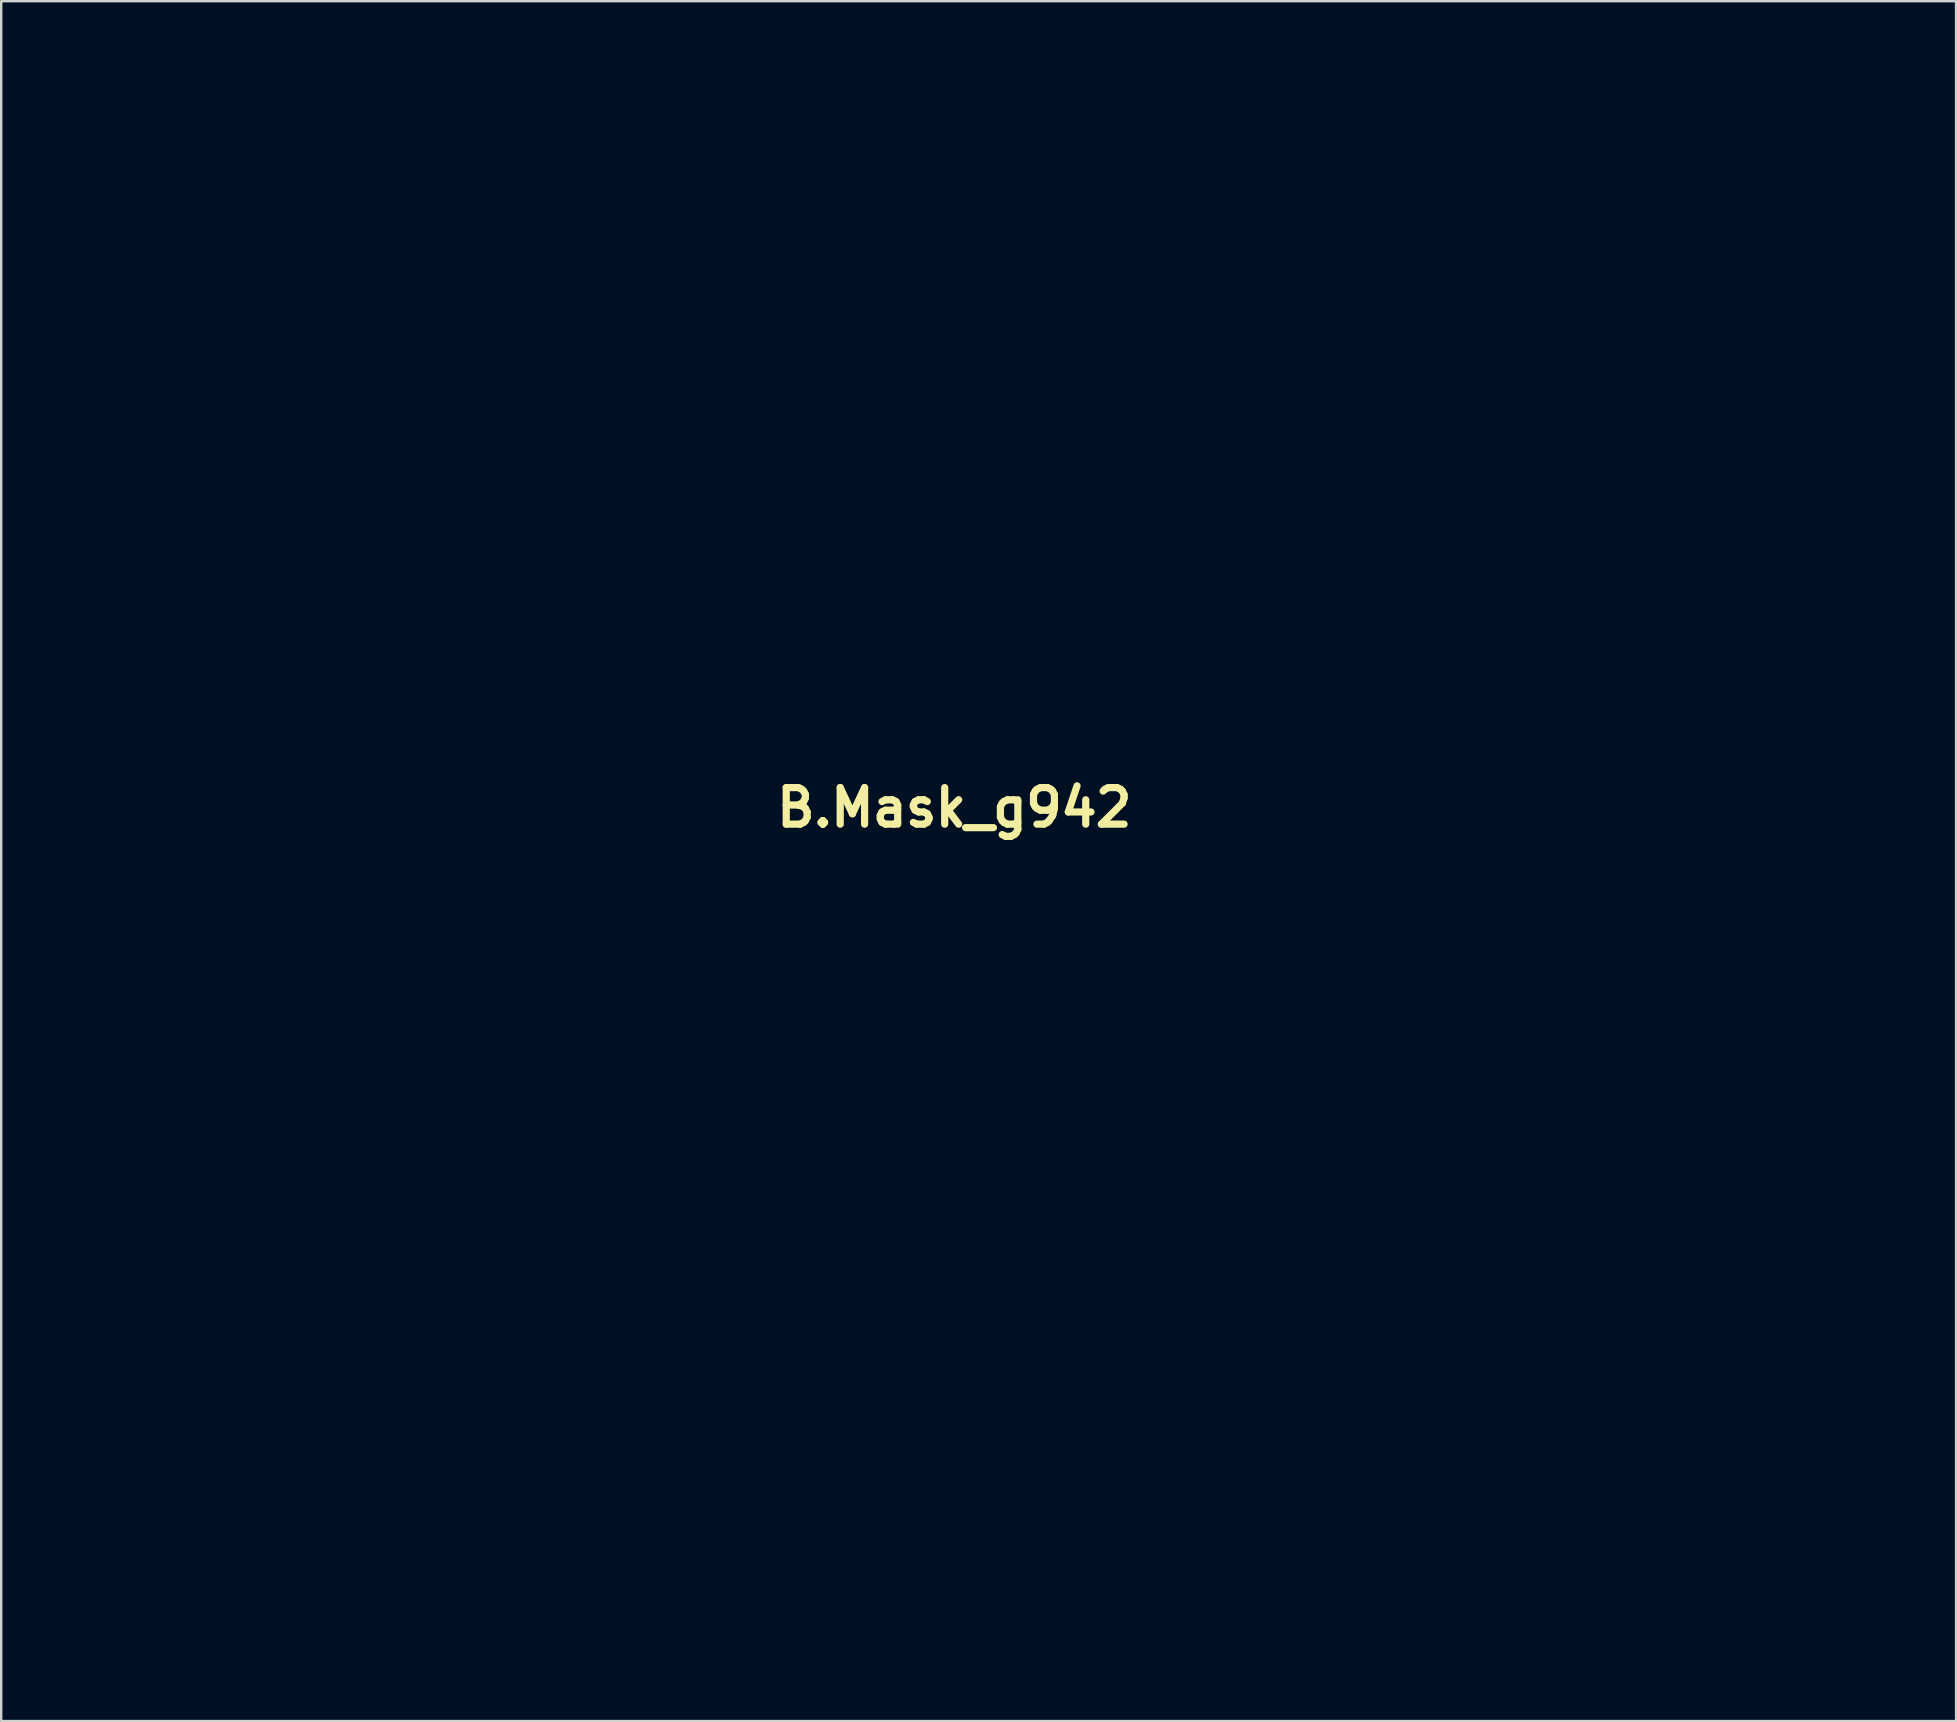
<source format=kicad_pcb>
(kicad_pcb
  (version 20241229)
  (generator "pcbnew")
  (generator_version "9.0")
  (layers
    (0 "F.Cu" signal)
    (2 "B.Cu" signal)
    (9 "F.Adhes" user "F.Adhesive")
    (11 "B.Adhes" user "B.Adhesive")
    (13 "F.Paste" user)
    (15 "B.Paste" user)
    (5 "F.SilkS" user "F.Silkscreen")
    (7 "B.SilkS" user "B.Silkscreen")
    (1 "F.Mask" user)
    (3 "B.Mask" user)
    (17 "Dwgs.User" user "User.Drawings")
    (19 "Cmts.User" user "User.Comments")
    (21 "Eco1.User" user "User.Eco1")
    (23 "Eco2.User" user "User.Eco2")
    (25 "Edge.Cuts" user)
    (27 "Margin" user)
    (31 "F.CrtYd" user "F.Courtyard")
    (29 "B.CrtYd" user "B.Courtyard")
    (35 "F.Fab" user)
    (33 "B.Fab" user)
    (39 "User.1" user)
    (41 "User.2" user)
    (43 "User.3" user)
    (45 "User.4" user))
  (footprint "B.Mask_g942"
    (layer "F.Cu")
    (at 36.72 30.608)
    (property "Reference" "B.Mask_g942" (at 0 0 0) (layer "F.SilkS") (effects (font (size 1.524 1.524) (thickness 0.3))))
    (attr through_hole)
    (fp_poly (pts (xy -30.703 -30.594) (xy -30.135 -30.571) (xy -29.59 -30.536) (xy -29.073 -30.488) (xy -28.587 -30.428) (xy -28.183 -30.363) (xy -27.871 -30.303) (xy -27.523 -30.225) (xy -27.142 -30.131) (xy -26.733 -30.023) (xy -26.298 -29.901) (xy -25.839 -29.766) (xy -25.361 -29.619) (xy -24.866 -29.461) (xy -24.358 -29.293) (xy -23.839 -29.116) (xy -23.312 -28.932) (xy -22.781 -28.74) (xy -22.249 -28.542) (xy -21.718 -28.34) (xy -21.193 -28.133) (xy -21.145 -28.114) (xy -21.041 -28.072) (xy -20.91 -28.018) (xy -20.755 -27.954) (xy -20.581 -27.882) (xy -20.392 -27.802) (xy -20.189 -27.717) (xy -19.978 -27.629) (xy -19.762 -27.537) (xy -19.544 -27.445) (xy -19.328 -27.353) (xy -19.117 -27.264) (xy -18.916 -27.177) (xy -18.727 -27.097) (xy -18.554 -27.022) (xy -18.4 -26.956) (xy -18.27 -26.9) (xy -18.167 -26.854) (xy -18.095 -26.822) (xy -18.056 -26.803) (xy -18.051 -26.8) (xy -18.064 -26.785) (xy -18.108 -26.745) (xy -18.18 -26.684) (xy -18.277 -26.603) (xy -18.397 -26.505) (xy -18.537 -26.39) (xy -18.694 -26.263) (xy -18.865 -26.125) (xy -19.049 -25.978) (xy -19.158 -25.89) (xy -20.281 -24.995) (xy -20.475 -25.08) (xy -20.62 -25.141) (xy -20.8 -25.215) (xy -21.012 -25.299) (xy -21.25 -25.393) (xy -21.511 -25.494) (xy -21.791 -25.6) (xy -22.085 -25.711) (xy -22.388 -25.824) (xy -22.696 -25.938) (xy -23.006 -26.052) (xy -23.312 -26.163) (xy -23.61 -26.271) (xy -23.897 -26.373) (xy -24.167 -26.467) (xy -24.417 -26.553) (xy -24.572 -26.606) (xy -24.892 -26.708) (xy -25.2 -26.798) (xy -25.505 -26.875) (xy -25.813 -26.942) (xy -26.132 -26.999) (xy -26.468 -27.049) (xy -26.829 -27.091) (xy -27.222 -27.129) (xy -27.411 -27.145) (xy -27.691 -27.165) (xy -27.974 -27.182) (xy -28.257 -27.195) (xy -28.534 -27.206) (xy -28.802 -27.212) (xy -29.056 -27.216) (xy -29.293 -27.216) (xy -29.506 -27.212) (xy -29.693 -27.205) (xy -29.848 -27.194) (xy -29.968 -27.179) (xy -30.014 -27.17) (xy -30.227 -27.109) (xy -30.453 -27.023) (xy -30.68 -26.919) (xy -30.892 -26.803) (xy -31.077 -26.681) (xy -31.084 -26.676) (xy -31.318 -26.476) (xy -31.522 -26.248) (xy -31.695 -25.991) (xy -31.839 -25.704) (xy -31.952 -25.389) (xy -32.036 -25.043) (xy -32.09 -24.67) (xy -32.101 -24.518) (xy -32.105 -24.337) (xy -32.105 -24.135) (xy -32.1 -23.925) (xy -32.089 -23.719) (xy -32.075 -23.526) (xy -32.057 -23.368) (xy -31.977 -22.887) (xy -31.864 -22.382) (xy -31.72 -21.857) (xy -31.545 -21.314) (xy -31.34 -20.755) (xy -31.107 -20.184) (xy -30.846 -19.602) (xy -30.558 -19.012) (xy -30.243 -18.417) (xy -30.235 -18.402) (xy -30.092 -18.143) (xy -29.938 -17.872) (xy -29.777 -17.59) (xy -29.61 -17.303) (xy -29.439 -17.013) (xy -29.267 -16.724) (xy -29.096 -16.439) (xy -28.927 -16.162) (xy -28.764 -15.896) (xy -28.607 -15.645) (xy -28.459 -15.412) (xy -28.323 -15.201) (xy -28.2 -15.015) (xy -28.092 -14.857) (xy -28.002 -14.732) (xy -27.97 -14.69) (xy -27.887 -14.557) (xy -27.845 -14.436) (xy -27.828 -14.378) (xy -27.806 -14.325) (xy -27.774 -14.269) (xy -27.728 -14.202) (xy -27.662 -14.117) (xy -27.603 -14.044) (xy -27.537 -13.961) (xy -27.45 -13.851) (xy -27.348 -13.721) (xy -27.238 -13.578) (xy -27.123 -13.429) (xy -27.01 -13.281) (xy -26.989 -13.253) (xy -26.664 -12.827) (xy -26.328 -12.391) (xy -25.985 -11.948) (xy -25.636 -11.5) (xy -25.283 -11.051) (xy -24.928 -10.602) (xy -24.574 -10.156) (xy -24.223 -9.717) (xy -23.876 -9.286) (xy -23.537 -8.866) (xy -23.206 -8.46) (xy -22.887 -8.071) (xy -22.58 -7.701) (xy -22.29 -7.353) (xy -22.016 -7.029) (xy -21.763 -6.733) (xy -21.531 -6.466) (xy -21.401 -6.318) (xy -21.23 -6.126) (xy -21.045 -5.92) (xy -20.848 -5.701) (xy -20.644 -5.474) (xy -20.436 -5.243) (xy -20.226 -5.012) (xy -20.018 -4.782) (xy -19.815 -4.56) (xy -19.621 -4.347) (xy -19.438 -4.147) (xy -19.271 -3.965) (xy -19.122 -3.803) (xy -18.994 -3.665) (xy -18.891 -3.556) (xy -18.886 -3.55) (xy -18.173 -2.804) (xy -17.428 -2.036) (xy -16.656 -1.251) (xy -15.859 -0.452) (xy -15.04 0.359) (xy -14.203 1.178) (xy -13.351 2.001) (xy -12.519 2.795) (xy -12.398 2.911) (xy -12.25 3.051) (xy -12.081 3.211) (xy -11.895 3.388) (xy -11.697 3.576) (xy -11.491 3.772) (xy -11.282 3.97) (xy -11.075 4.167) (xy -10.874 4.358) (xy -10.848 4.383) (xy -10.65 4.57) (xy -10.446 4.762) (xy -10.242 4.955) (xy -10.04 5.143) (xy -9.847 5.324) (xy -9.665 5.493) (xy -9.5 5.645) (xy -9.356 5.778) (xy -9.237 5.886) (xy -9.218 5.903) (xy -9.071 6.036) (xy -8.918 6.175) (xy -8.766 6.313) (xy -8.622 6.445) (xy -8.493 6.564) (xy -8.386 6.664) (xy -8.35 6.697) (xy -8.085 6.945) (xy -7.797 7.21) (xy -7.486 7.492) (xy -7.15 7.793) (xy -6.787 8.114) (xy -6.395 8.458) (xy -5.974 8.824) (xy -5.522 9.215) (xy -5.408 9.314) (xy -5.348 9.365) (xy -5.26 9.442) (xy -5.148 9.54) (xy -5.015 9.655) (xy -4.866 9.785) (xy -4.704 9.927) (xy -4.534 10.076) (xy -4.358 10.23) (xy -4.255 10.32) (xy -3.334 11.127) (xy 2.148 15.167) (xy 2.587 15.49) (xy 3.021 15.81) (xy 3.45 16.126) (xy 3.87 16.435) (xy 4.281 16.739) (xy 4.682 17.034) (xy 5.071 17.32) (xy 5.445 17.596) (xy 5.805 17.861) (xy 6.148 18.114) (xy 6.473 18.354) (xy 6.778 18.578) (xy 7.062 18.788) (xy 7.323 18.98) (xy 7.56 19.155) (xy 7.771 19.31) (xy 7.955 19.446) (xy 8.11 19.56) (xy 8.235 19.652) (xy 8.329 19.721) (xy 8.364 19.748) (xy 8.483 19.835) (xy 8.633 19.945) (xy 8.809 20.075) (xy 9.01 20.223) (xy 9.231 20.386) (xy 9.47 20.562) (xy 9.722 20.748) (xy 9.985 20.942) (xy 10.255 21.141) (xy 10.529 21.342) (xy 10.803 21.544) (xy 11.033 21.714) (xy 12.968 23.139) (xy 14.638 24.086) (xy 14.935 24.254) (xy 15.26 24.438) (xy 15.605 24.633) (xy 15.962 24.835) (xy 16.325 25.041) (xy 16.686 25.246) (xy 17.039 25.445) (xy 17.374 25.635) (xy 17.687 25.812) (xy 17.918 25.943) (xy 18.21 26.108) (xy 18.52 26.281) (xy 18.842 26.46) (xy 19.169 26.641) (xy 19.494 26.819) (xy 19.812 26.993) (xy 20.116 27.158) (xy 20.399 27.311) (xy 20.656 27.448) (xy 20.79 27.518) (xy 21.056 27.659) (xy 21.286 27.781) (xy 21.483 27.886) (xy 21.646 27.974) (xy 21.78 28.048) (xy 21.885 28.107) (xy 21.963 28.153) (xy 22.016 28.187) (xy 22.046 28.209) (xy 22.055 28.221) (xy 22.075 28.256) (xy 22.132 28.304) (xy 22.224 28.366) (xy 22.347 28.439) (xy 22.501 28.523) (xy 22.682 28.617) (xy 22.888 28.72) (xy 23.117 28.83) (xy 23.366 28.947) (xy 23.632 29.069) (xy 23.913 29.196) (xy 24.208 29.325) (xy 24.512 29.457) (xy 24.825 29.59) (xy 25.143 29.723) (xy 25.464 29.855) (xy 25.786 29.985) (xy 26.106 30.111) (xy 26.422 30.233) (xy 26.731 30.35) (xy 27.031 30.46) (xy 27.252 30.539) (xy 27.925 30.768) (xy 28.566 30.97) (xy 29.178 31.145) (xy 29.76 31.293) (xy 30.314 31.415) (xy 30.842 31.51) (xy 31.344 31.58) (xy 31.821 31.623) (xy 32.275 31.64) (xy 32.706 31.632) (xy 33.116 31.598) (xy 33.506 31.539) (xy 33.674 31.504) (xy 34.045 31.404) (xy 34.384 31.275) (xy 34.692 31.12) (xy 34.967 30.936) (xy 35.21 30.725) (xy 35.421 30.487) (xy 35.599 30.221) (xy 35.745 29.928) (xy 35.859 29.608) (xy 35.94 29.261) (xy 35.989 28.887) (xy 36.005 28.493) (xy 35.989 28.095) (xy 35.941 27.671) (xy 35.864 27.222) (xy 35.755 26.751) (xy 35.618 26.258) (xy 35.451 25.747) (xy 35.255 25.219) (xy 35.032 24.674) (xy 34.781 24.116) (xy 34.503 23.546) (xy 34.318 23.188) (xy 34.162 22.896) (xy 33.997 22.594) (xy 33.824 22.284) (xy 33.646 21.97) (xy 33.463 21.654) (xy 33.279 21.338) (xy 33.094 21.026) (xy 32.91 20.72) (xy 32.728 20.423) (xy 32.552 20.139) (xy 32.381 19.868) (xy 32.219 19.615) (xy 32.066 19.382) (xy 31.924 19.172) (xy 31.795 18.988) (xy 31.681 18.832) (xy 31.584 18.707) (xy 31.505 18.616) (xy 31.491 18.602) (xy 31.447 18.553) (xy 31.428 18.513) (xy 31.428 18.465) (xy 31.431 18.445) (xy 31.444 18.409) (xy 31.477 18.342) (xy 31.526 18.25) (xy 31.59 18.136) (xy 31.666 18.003) (xy 31.752 17.856) (xy 31.845 17.698) (xy 31.944 17.534) (xy 32.045 17.366) (xy 32.147 17.2) (xy 32.247 17.038) (xy 32.342 16.886) (xy 32.431 16.745) (xy 32.511 16.621) (xy 32.579 16.518) (xy 32.634 16.439) (xy 32.673 16.387) (xy 32.693 16.368) (xy 32.695 16.368) (xy 32.715 16.395) (xy 32.756 16.453) (xy 32.816 16.54) (xy 32.891 16.651) (xy 32.98 16.784) (xy 33.081 16.934) (xy 33.191 17.099) (xy 33.307 17.274) (xy 33.428 17.456) (xy 33.551 17.641) (xy 33.673 17.826) (xy 33.792 18.008) (xy 33.907 18.182) (xy 34.014 18.346) (xy 34.111 18.495) (xy 34.196 18.627) (xy 34.267 18.737) (xy 34.321 18.822) (xy 34.324 18.828) (xy 34.854 19.697) (xy 35.354 20.559) (xy 35.824 21.411) (xy 36.263 22.252) (xy 36.671 23.08) (xy 37.046 23.893) (xy 37.387 24.689) (xy 37.695 25.467) (xy 37.967 26.225) (xy 37.993 26.303) (xy 38.172 26.859) (xy 38.326 27.389) (xy 38.457 27.898) (xy 38.565 28.392) (xy 38.653 28.877) (xy 38.707 29.242) (xy 38.724 29.403) (xy 38.736 29.593) (xy 38.744 29.805) (xy 38.747 30.028) (xy 38.745 30.254) (xy 38.74 30.473) (xy 38.73 30.677) (xy 38.715 30.855) (xy 38.699 30.988) (xy 38.617 31.43) (xy 38.515 31.838) (xy 38.391 32.217) (xy 38.244 32.571) (xy 38.072 32.904) (xy 37.873 33.221) (xy 37.831 33.281) (xy 37.732 33.408) (xy 37.608 33.55) (xy 37.466 33.699) (xy 37.315 33.846) (xy 37.163 33.984) (xy 37.018 34.105) (xy 36.89 34.199) (xy 36.885 34.203) (xy 36.545 34.407) (xy 36.196 34.574) (xy 35.843 34.702) (xy 35.693 34.743) (xy 35.489 34.79) (xy 35.246 34.835) (xy 34.968 34.879) (xy 34.658 34.921) (xy 34.319 34.961) (xy 33.956 34.998) (xy 33.697 35.021) (xy 33.573 35.03) (xy 33.422 35.038) (xy 33.25 35.045) (xy 33.062 35.051) (xy 32.865 35.057) (xy 32.664 35.061) (xy 32.467 35.063) (xy 32.278 35.065) (xy 32.104 35.065) (xy 31.951 35.063) (xy 31.825 35.06) (xy 31.732 35.055) (xy 31.697 35.052) (xy 31.584 35.035) (xy 31.435 35.009) (xy 31.255 34.975) (xy 31.048 34.935) (xy 30.82 34.888) (xy 30.575 34.837) (xy 30.319 34.783) (xy 30.056 34.725) (xy 29.792 34.666) (xy 29.531 34.607) (xy 29.278 34.548) (xy 29.038 34.491) (xy 28.821 34.437) (xy 28.193 34.275) (xy 27.585 34.109) (xy 26.991 33.937) (xy 26.407 33.757) (xy 25.827 33.568) (xy 25.246 33.368) (xy 24.66 33.155) (xy 24.063 32.927) (xy 23.451 32.682) (xy 22.817 32.42) (xy 22.158 32.137) (xy 21.579 31.882) (xy 21.145 31.688) (xy 20.748 31.511) (xy 20.386 31.349) (xy 20.057 31.203) (xy 19.761 31.07) (xy 19.494 30.951) (xy 19.256 30.844) (xy 19.044 30.749) (xy 18.857 30.665) (xy 18.693 30.591) (xy 18.551 30.527) (xy 18.429 30.471) (xy 18.324 30.422) (xy 18.236 30.381) (xy 18.163 30.346) (xy 18.102 30.316) (xy 18.053 30.291) (xy 18.012 30.27) (xy 17.98 30.252) (xy 17.953 30.236) (xy 17.931 30.222) (xy 17.914 30.211) (xy 17.876 30.187) (xy 17.803 30.144) (xy 17.699 30.084) (xy 17.565 30.008) (xy 17.404 29.918) (xy 17.22 29.816) (xy 17.015 29.701) (xy 16.791 29.578) (xy 16.551 29.445) (xy 16.298 29.306) (xy 16.035 29.162) (xy 15.81 29.039) (xy 15.509 28.874) (xy 15.238 28.726) (xy 14.994 28.592) (xy 14.771 28.47) (xy 14.568 28.357) (xy 14.381 28.253) (xy 14.205 28.154) (xy 14.037 28.058) (xy 13.874 27.964) (xy 13.712 27.869) (xy 13.547 27.77) (xy 13.376 27.667) (xy 13.194 27.557) (xy 13 27.438) (xy 12.788 27.307) (xy 12.556 27.162) (xy 12.3 27.002) (xy 12.015 26.825) (xy 11.699 26.627) (xy 11.626 26.581) (xy 11.567 26.544) (xy 11.509 26.508) (xy 11.453 26.473) (xy 11.397 26.437) (xy 11.34 26.4) (xy 11.28 26.362) (xy 11.218 26.321) (xy 11.152 26.277) (xy 11.082 26.23) (xy 11.005 26.178) (xy 10.922 26.121) (xy 10.831 26.058) (xy 10.732 25.989) (xy 10.623 25.912) (xy 10.503 25.828) (xy 10.373 25.736) (xy 10.229 25.634) (xy 10.072 25.522) (xy 9.901 25.4) (xy 9.715 25.267) (xy 9.513 25.122) (xy 9.293 24.964) (xy 9.055 24.793) (xy 8.798 24.608) (xy 8.521 24.408) (xy 8.223 24.193) (xy 7.903 23.963) (xy 7.56 23.715) (xy 7.194 23.45) (xy 6.802 23.167) (xy 6.385 22.866) (xy 5.941 22.545) (xy 5.47 22.204) (xy 4.97 21.842) (xy 4.44 21.459) (xy 3.88 21.053) (xy 3.288 20.625) (xy 2.664 20.173) (xy 2.027 19.712) (xy -6.784 13.336) (xy -8.087 12.177) (xy -8.277 12.007) (xy -8.494 11.813) (xy -8.736 11.597) (xy -8.997 11.363) (xy -9.275 11.114) (xy -9.565 10.853) (xy -9.864 10.585) (xy -10.168 10.312) (xy -10.472 10.038) (xy -10.774 9.766) (xy -11.069 9.5) (xy -11.354 9.243) (xy -11.431 9.173) (xy -13.473 7.33) (xy -15.813 5.025) (xy -16.134 4.708) (xy -16.427 4.419) (xy -16.695 4.155) (xy -16.939 3.913) (xy -17.163 3.692) (xy -17.368 3.488) (xy -17.556 3.3) (xy -17.731 3.125) (xy -17.894 2.96) (xy -18.048 2.804) (xy -18.195 2.655) (xy -18.337 2.508) (xy -18.477 2.363) (xy -18.617 2.217) (xy -18.76 2.068) (xy -18.907 1.913) (xy -19.061 1.749) (xy -19.224 1.575) (xy -19.399 1.389) (xy -19.441 1.344) (xy -19.795 0.964) (xy -20.171 0.556) (xy -20.568 0.123) (xy -20.981 -0.332) (xy -21.406 -0.803) (xy -21.84 -1.288) (xy -22.281 -1.781) (xy -22.723 -2.28) (xy -23.163 -2.779) (xy -23.599 -3.276) (xy -24.026 -3.767) (xy -24.44 -4.245) (xy -24.605 -4.438) (xy -24.775 -4.637) (xy -24.949 -4.844) (xy -25.131 -5.061) (xy -25.322 -5.29) (xy -25.524 -5.534) (xy -25.739 -5.796) (xy -25.969 -6.077) (xy -26.216 -6.38) (xy -26.481 -6.708) (xy -26.768 -7.062) (xy -27.076 -7.445) (xy -27.368 -7.807) (xy -29.346 -10.266) (xy -29.517 -10.266) (xy -30.088 -11.086) (xy -30.337 -11.444) (xy -30.563 -11.772) (xy -30.77 -12.074) (xy -30.961 -12.355) (xy -31.138 -12.618) (xy -31.304 -12.869) (xy -31.462 -13.11) (xy -31.521 -13.203) (xy -31.963 -13.897) (xy -32.393 -14.592) (xy -32.81 -15.284) (xy -33.21 -15.97) (xy -33.592 -16.645) (xy -33.953 -17.305) (xy -34.291 -17.946) (xy -34.604 -18.564) (xy -34.82 -19.008) (xy -35.102 -19.611) (xy -35.357 -20.185) (xy -35.588 -20.732) (xy -35.794 -21.256) (xy -35.978 -21.759) (xy -36.139 -22.245) (xy -36.279 -22.716) (xy -36.399 -23.176) (xy -36.5 -23.627) (xy -36.583 -24.073) (xy -36.648 -24.516) (xy -36.675 -24.744) (xy -36.689 -24.9) (xy -36.7 -25.086) (xy -36.707 -25.295) (xy -36.712 -25.518) (xy -36.715 -25.748) (xy -36.714 -25.977) (xy -36.71 -26.197) (xy -36.703 -26.402) (xy -36.693 -26.583) (xy -36.681 -26.732) (xy -36.675 -26.783) (xy -36.61 -27.182) (xy -36.528 -27.545) (xy -36.425 -27.877) (xy -36.303 -28.181) (xy -36.158 -28.459) (xy -36.078 -28.59) (xy -35.911 -28.827) (xy -35.728 -29.046) (xy -35.526 -29.25) (xy -35.3 -29.442) (xy -35.046 -29.627) (xy -34.761 -29.807) (xy -34.44 -29.986) (xy -34.237 -30.089) (xy -34.03 -30.19) (xy -33.846 -30.277) (xy -33.679 -30.349) (xy -33.523 -30.41) (xy -33.372 -30.459) (xy -33.221 -30.498) (xy -33.064 -30.529) (xy -32.894 -30.553) (xy -32.708 -30.57) (xy -32.498 -30.583) (xy -32.259 -30.591) (xy -31.985 -30.598) (xy -31.888 -30.6) (xy -31.288 -30.603) (xy -30.703 -30.594)) (stroke (width 0.01) (type solid)) (fill yes) (layer "B.Mask")))
  (gr_rect
    (start -3 -3)
    (end 78.471 68.678)
    (stroke (width 0.1) (type default))
    (fill no)
    (layer "Edge.Cuts")))
</source>
